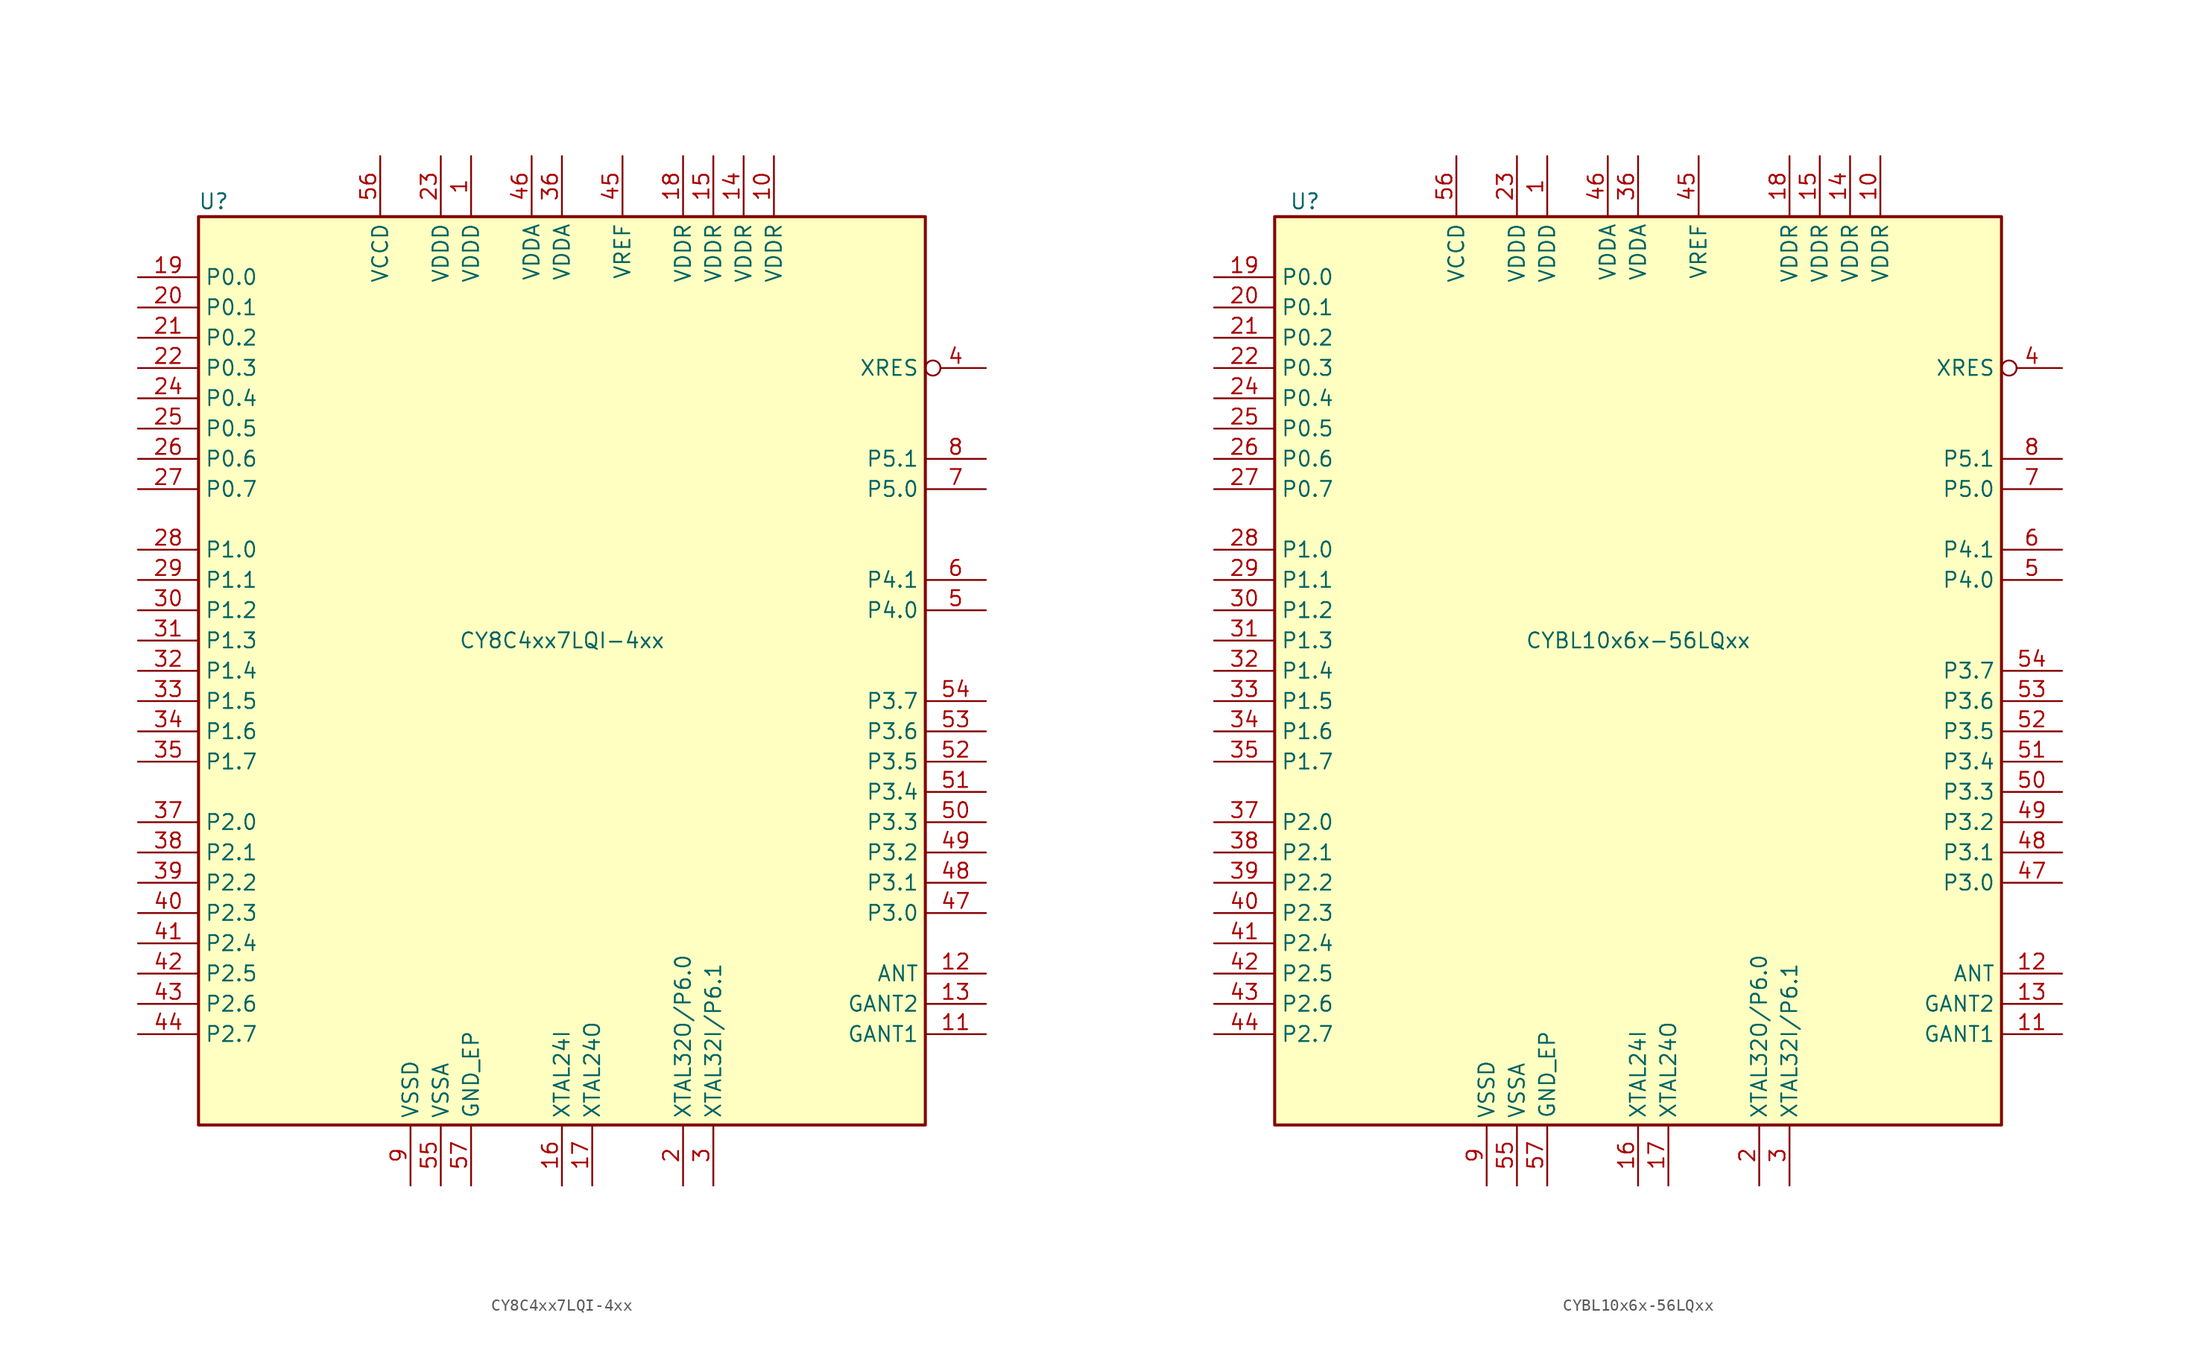
<source format=kicad_sym>
(kicad_symbol_lib
  (version 20211014)
  (generator kicad_symbol_editor)
  (symbol "CY8C4xx7LQI-4xx"
    (property "Reference" "U"
      (at -29.21 39.37 0)
      (effects (font (size 1.27 1.27))))
    (property "Value" "CY8C4xx7LQI-4xx"
      (at 0 2.54 0)
      (effects (font (size 1.27 1.27))))
    (symbol "CY8C4xx7LQI-4xx_1_0"
      (rectangle (start -30.48 -38.1) (end 30.48 38.1) (stroke (width 0.254) (type default) (color 0 0 0 0)) (fill (type background))))
    (symbol "CY8C4xx7LQI-4xx_1_1"
      (pin power_in line (at -7.62 43.18 270) (length 5.08) (name "VDDD" (effects (font (size 1.27 1.27)))) (number "1" (effects (font (size 1.27 1.27)))))
      (pin power_in line (at 17.78 43.18 270) (length 5.08) (name "VDDR" (effects (font (size 1.27 1.27)))) (number "10" (effects (font (size 1.27 1.27)))))
      (pin power_in line (at 35.56 -30.48 180) (length 5.08) (name "GANT1" (effects (font (size 1.27 1.27)))) (number "11" (effects (font (size 1.27 1.27)))))
      (pin output line (at 35.56 -25.4 180) (length 5.08) (name "ANT" (effects (font (size 1.27 1.27)))) (number "12" (effects (font (size 1.27 1.27)))))
      (pin power_in line (at 35.56 -27.94 180) (length 5.08) (name "GANT2" (effects (font (size 1.27 1.27)))) (number "13" (effects (font (size 1.27 1.27)))))
      (pin power_in line (at 15.24 43.18 270) (length 5.08) (name "VDDR" (effects (font (size 1.27 1.27)))) (number "14" (effects (font (size 1.27 1.27)))))
      (pin power_in line (at 12.7 43.18 270) (length 5.08) (name "VDDR" (effects (font (size 1.27 1.27)))) (number "15" (effects (font (size 1.27 1.27)))))
      (pin input line (at 0 -43.18 90) (length 5.08) (name "XTAL24I" (effects (font (size 1.27 1.27)))) (number "16" (effects (font (size 1.27 1.27)))))
      (pin output line (at 2.54 -43.18 90) (length 5.08) (name "XTAL24O" (effects (font (size 1.27 1.27)))) (number "17" (effects (font (size 1.27 1.27)))))
      (pin power_in line (at 10.16 43.18 270) (length 5.08) (name "VDDR" (effects (font (size 1.27 1.27)))) (number "18" (effects (font (size 1.27 1.27)))))
      (pin bidirectional line (at -35.56 33.02 0) (length 5.08) (name "P0.0" (effects (font (size 1.27 1.27)))) (number "19" (effects (font (size 1.27 1.27)))))
      (pin bidirectional line (at 10.16 -43.18 90) (length 5.08) (name "XTAL32O/P6.0" (effects (font (size 1.27 1.27)))) (number "2" (effects (font (size 1.27 1.27)))))
      (pin bidirectional line (at -35.56 30.48 0) (length 5.08) (name "P0.1" (effects (font (size 1.27 1.27)))) (number "20" (effects (font (size 1.27 1.27)))))
      (pin bidirectional line (at -35.56 27.94 0) (length 5.08) (name "P0.2" (effects (font (size 1.27 1.27)))) (number "21" (effects (font (size 1.27 1.27)))))
      (pin bidirectional line (at -35.56 25.4 0) (length 5.08) (name "P0.3" (effects (font (size 1.27 1.27)))) (number "22" (effects (font (size 1.27 1.27)))))
      (pin power_in line (at -10.16 43.18 270) (length 5.08) (name "VDDD" (effects (font (size 1.27 1.27)))) (number "23" (effects (font (size 1.27 1.27)))))
      (pin bidirectional line (at -35.56 22.86 0) (length 5.08) (name "P0.4" (effects (font (size 1.27 1.27)))) (number "24" (effects (font (size 1.27 1.27)))))
      (pin bidirectional line (at -35.56 20.32 0) (length 5.08) (name "P0.5" (effects (font (size 1.27 1.27)))) (number "25" (effects (font (size 1.27 1.27)))))
      (pin bidirectional line (at -35.56 17.78 0) (length 5.08) (name "P0.6" (effects (font (size 1.27 1.27)))) (number "26" (effects (font (size 1.27 1.27)))))
      (pin bidirectional line (at -35.56 15.24 0) (length 5.08) (name "P0.7" (effects (font (size 1.27 1.27)))) (number "27" (effects (font (size 1.27 1.27)))))
      (pin bidirectional line (at -35.56 10.16 0) (length 5.08) (name "P1.0" (effects (font (size 1.27 1.27)))) (number "28" (effects (font (size 1.27 1.27)))))
      (pin bidirectional line (at -35.56 7.62 0) (length 5.08) (name "P1.1" (effects (font (size 1.27 1.27)))) (number "29" (effects (font (size 1.27 1.27)))))
      (pin bidirectional line (at 12.7 -43.18 90) (length 5.08) (name "XTAL32I/P6.1" (effects (font (size 1.27 1.27)))) (number "3" (effects (font (size 1.27 1.27)))))
      (pin bidirectional line (at -35.56 5.08 0) (length 5.08) (name "P1.2" (effects (font (size 1.27 1.27)))) (number "30" (effects (font (size 1.27 1.27)))))
      (pin bidirectional line (at -35.56 2.54 0) (length 5.08) (name "P1.3" (effects (font (size 1.27 1.27)))) (number "31" (effects (font (size 1.27 1.27)))))
      (pin bidirectional line (at -35.56 0 0) (length 5.08) (name "P1.4" (effects (font (size 1.27 1.27)))) (number "32" (effects (font (size 1.27 1.27)))))
      (pin bidirectional line (at -35.56 -2.54 0) (length 5.08) (name "P1.5" (effects (font (size 1.27 1.27)))) (number "33" (effects (font (size 1.27 1.27)))))
      (pin bidirectional line (at -35.56 -5.08 0) (length 5.08) (name "P1.6" (effects (font (size 1.27 1.27)))) (number "34" (effects (font (size 1.27 1.27)))))
      (pin bidirectional line (at -35.56 -7.62 0) (length 5.08) (name "P1.7" (effects (font (size 1.27 1.27)))) (number "35" (effects (font (size 1.27 1.27)))))
      (pin power_in line (at 0 43.18 270) (length 5.08) (name "VDDA" (effects (font (size 1.27 1.27)))) (number "36" (effects (font (size 1.27 1.27)))))
      (pin bidirectional line (at -35.56 -12.7 0) (length 5.08) (name "P2.0" (effects (font (size 1.27 1.27)))) (number "37" (effects (font (size 1.27 1.27)))))
      (pin bidirectional line (at -35.56 -15.24 0) (length 5.08) (name "P2.1" (effects (font (size 1.27 1.27)))) (number "38" (effects (font (size 1.27 1.27)))))
      (pin bidirectional line (at -35.56 -17.78 0) (length 5.08) (name "P2.2" (effects (font (size 1.27 1.27)))) (number "39" (effects (font (size 1.27 1.27)))))
      (pin input inverted (at 35.56 25.4 180) (length 5.08) (name "XRES" (effects (font (size 1.27 1.27)))) (number "4" (effects (font (size 1.27 1.27)))))
      (pin bidirectional line (at -35.56 -20.32 0) (length 5.08) (name "P2.3" (effects (font (size 1.27 1.27)))) (number "40" (effects (font (size 1.27 1.27)))))
      (pin bidirectional line (at -35.56 -22.86 0) (length 5.08) (name "P2.4" (effects (font (size 1.27 1.27)))) (number "41" (effects (font (size 1.27 1.27)))))
      (pin bidirectional line (at -35.56 -25.4 0) (length 5.08) (name "P2.5" (effects (font (size 1.27 1.27)))) (number "42" (effects (font (size 1.27 1.27)))))
      (pin bidirectional line (at -35.56 -27.94 0) (length 5.08) (name "P2.6" (effects (font (size 1.27 1.27)))) (number "43" (effects (font (size 1.27 1.27)))))
      (pin bidirectional line (at -35.56 -30.48 0) (length 5.08) (name "P2.7" (effects (font (size 1.27 1.27)))) (number "44" (effects (font (size 1.27 1.27)))))
      (pin passive line (at 5.08 43.18 270) (length 5.08) (name "VREF" (effects (font (size 1.27 1.27)))) (number "45" (effects (font (size 1.27 1.27)))))
      (pin power_in line (at -2.54 43.18 270) (length 5.08) (name "VDDA" (effects (font (size 1.27 1.27)))) (number "46" (effects (font (size 1.27 1.27)))))
      (pin bidirectional line (at 35.56 -20.32 180) (length 5.08) (name "P3.0" (effects (font (size 1.27 1.27)))) (number "47" (effects (font (size 1.27 1.27)))))
      (pin bidirectional line (at 35.56 -17.78 180) (length 5.08) (name "P3.1" (effects (font (size 1.27 1.27)))) (number "48" (effects (font (size 1.27 1.27)))))
      (pin bidirectional line (at 35.56 -15.24 180) (length 5.08) (name "P3.2" (effects (font (size 1.27 1.27)))) (number "49" (effects (font (size 1.27 1.27)))))
      (pin bidirectional line (at 35.56 5.08 180) (length 5.08) (name "P4.0" (effects (font (size 1.27 1.27)))) (number "5" (effects (font (size 1.27 1.27)))))
      (pin bidirectional line (at 35.56 -12.7 180) (length 5.08) (name "P3.3" (effects (font (size 1.27 1.27)))) (number "50" (effects (font (size 1.27 1.27)))))
      (pin bidirectional line (at 35.56 -10.16 180) (length 5.08) (name "P3.4" (effects (font (size 1.27 1.27)))) (number "51" (effects (font (size 1.27 1.27)))))
      (pin bidirectional line (at 35.56 -7.62 180) (length 5.08) (name "P3.5" (effects (font (size 1.27 1.27)))) (number "52" (effects (font (size 1.27 1.27)))))
      (pin bidirectional line (at 35.56 -5.08 180) (length 5.08) (name "P3.6" (effects (font (size 1.27 1.27)))) (number "53" (effects (font (size 1.27 1.27)))))
      (pin bidirectional line (at 35.56 -2.54 180) (length 5.08) (name "P3.7" (effects (font (size 1.27 1.27)))) (number "54" (effects (font (size 1.27 1.27)))))
      (pin power_in line (at -10.16 -43.18 90) (length 5.08) (name "VSSA" (effects (font (size 1.27 1.27)))) (number "55" (effects (font (size 1.27 1.27)))))
      (pin power_out line (at -15.24 43.18 270) (length 5.08) (name "VCCD" (effects (font (size 1.27 1.27)))) (number "56" (effects (font (size 1.27 1.27)))))
      (pin power_in line (at -7.62 -43.18 90) (length 5.08) (name "GND_EP" (effects (font (size 1.27 1.27)))) (number "57" (effects (font (size 1.27 1.27)))))
      (pin bidirectional line (at 35.56 7.62 180) (length 5.08) (name "P4.1" (effects (font (size 1.27 1.27)))) (number "6" (effects (font (size 1.27 1.27)))))
      (pin bidirectional line (at 35.56 15.24 180) (length 5.08) (name "P5.0" (effects (font (size 1.27 1.27)))) (number "7" (effects (font (size 1.27 1.27)))))
      (pin bidirectional line (at 35.56 17.78 180) (length 5.08) (name "P5.1" (effects (font (size 1.27 1.27)))) (number "8" (effects (font (size 1.27 1.27)))))
      (pin power_in line (at -12.7 -43.18 90) (length 5.08) (name "VSSD" (effects (font (size 1.27 1.27)))) (number "9" (effects (font (size 1.27 1.27)))))))
  (symbol "CYBL10x6x-56LQxx"
    (property "Reference" "U"
      (at -27.94 39.37 0)
      (effects (font (size 1.27 1.27))))
    (property "Value" "CYBL10x6x-56LQxx"
      (at 0 2.54 0)
      (effects (font (size 1.27 1.27))))
    (symbol "CYBL10x6x-56LQxx_1_0"
      (rectangle (start -30.48 -38.1) (end 30.48 38.1) (stroke (width 0.254) (type default) (color 0 0 0 0)) (fill (type background))))
    (symbol "CYBL10x6x-56LQxx_1_1"
      (pin power_in line (at -7.62 43.18 270) (length 5.08) (name "VDDD" (effects (font (size 1.27 1.27)))) (number "1" (effects (font (size 1.27 1.27)))))
      (pin power_in line (at 20.32 43.18 270) (length 5.08) (name "VDDR" (effects (font (size 1.27 1.27)))) (number "10" (effects (font (size 1.27 1.27)))))
      (pin power_in line (at 35.56 -30.48 180) (length 5.08) (name "GANT1" (effects (font (size 1.27 1.27)))) (number "11" (effects (font (size 1.27 1.27)))))
      (pin output line (at 35.56 -25.4 180) (length 5.08) (name "ANT" (effects (font (size 1.27 1.27)))) (number "12" (effects (font (size 1.27 1.27)))))
      (pin power_in line (at 35.56 -27.94 180) (length 5.08) (name "GANT2" (effects (font (size 1.27 1.27)))) (number "13" (effects (font (size 1.27 1.27)))))
      (pin power_in line (at 17.78 43.18 270) (length 5.08) (name "VDDR" (effects (font (size 1.27 1.27)))) (number "14" (effects (font (size 1.27 1.27)))))
      (pin power_in line (at 15.24 43.18 270) (length 5.08) (name "VDDR" (effects (font (size 1.27 1.27)))) (number "15" (effects (font (size 1.27 1.27)))))
      (pin input line (at 0 -43.18 90) (length 5.08) (name "XTAL24I" (effects (font (size 1.27 1.27)))) (number "16" (effects (font (size 1.27 1.27)))))
      (pin output line (at 2.54 -43.18 90) (length 5.08) (name "XTAL24O" (effects (font (size 1.27 1.27)))) (number "17" (effects (font (size 1.27 1.27)))))
      (pin power_in line (at 12.7 43.18 270) (length 5.08) (name "VDDR" (effects (font (size 1.27 1.27)))) (number "18" (effects (font (size 1.27 1.27)))))
      (pin bidirectional line (at -35.56 33.02 0) (length 5.08) (name "P0.0" (effects (font (size 1.27 1.27)))) (number "19" (effects (font (size 1.27 1.27)))))
      (pin bidirectional line (at 10.16 -43.18 90) (length 5.08) (name "XTAL32O/P6.0" (effects (font (size 1.27 1.27)))) (number "2" (effects (font (size 1.27 1.27)))))
      (pin bidirectional line (at -35.56 30.48 0) (length 5.08) (name "P0.1" (effects (font (size 1.27 1.27)))) (number "20" (effects (font (size 1.27 1.27)))))
      (pin bidirectional line (at -35.56 27.94 0) (length 5.08) (name "P0.2" (effects (font (size 1.27 1.27)))) (number "21" (effects (font (size 1.27 1.27)))))
      (pin bidirectional line (at -35.56 25.4 0) (length 5.08) (name "P0.3" (effects (font (size 1.27 1.27)))) (number "22" (effects (font (size 1.27 1.27)))))
      (pin power_in line (at -10.16 43.18 270) (length 5.08) (name "VDDD" (effects (font (size 1.27 1.27)))) (number "23" (effects (font (size 1.27 1.27)))))
      (pin bidirectional line (at -35.56 22.86 0) (length 5.08) (name "P0.4" (effects (font (size 1.27 1.27)))) (number "24" (effects (font (size 1.27 1.27)))))
      (pin bidirectional line (at -35.56 20.32 0) (length 5.08) (name "P0.5" (effects (font (size 1.27 1.27)))) (number "25" (effects (font (size 1.27 1.27)))))
      (pin bidirectional line (at -35.56 17.78 0) (length 5.08) (name "P0.6" (effects (font (size 1.27 1.27)))) (number "26" (effects (font (size 1.27 1.27)))))
      (pin bidirectional line (at -35.56 15.24 0) (length 5.08) (name "P0.7" (effects (font (size 1.27 1.27)))) (number "27" (effects (font (size 1.27 1.27)))))
      (pin bidirectional line (at -35.56 10.16 0) (length 5.08) (name "P1.0" (effects (font (size 1.27 1.27)))) (number "28" (effects (font (size 1.27 1.27)))))
      (pin bidirectional line (at -35.56 7.62 0) (length 5.08) (name "P1.1" (effects (font (size 1.27 1.27)))) (number "29" (effects (font (size 1.27 1.27)))))
      (pin bidirectional line (at 12.7 -43.18 90) (length 5.08) (name "XTAL32I/P6.1" (effects (font (size 1.27 1.27)))) (number "3" (effects (font (size 1.27 1.27)))))
      (pin bidirectional line (at -35.56 5.08 0) (length 5.08) (name "P1.2" (effects (font (size 1.27 1.27)))) (number "30" (effects (font (size 1.27 1.27)))))
      (pin bidirectional line (at -35.56 2.54 0) (length 5.08) (name "P1.3" (effects (font (size 1.27 1.27)))) (number "31" (effects (font (size 1.27 1.27)))))
      (pin bidirectional line (at -35.56 0 0) (length 5.08) (name "P1.4" (effects (font (size 1.27 1.27)))) (number "32" (effects (font (size 1.27 1.27)))))
      (pin bidirectional line (at -35.56 -2.54 0) (length 5.08) (name "P1.5" (effects (font (size 1.27 1.27)))) (number "33" (effects (font (size 1.27 1.27)))))
      (pin bidirectional line (at -35.56 -5.08 0) (length 5.08) (name "P1.6" (effects (font (size 1.27 1.27)))) (number "34" (effects (font (size 1.27 1.27)))))
      (pin bidirectional line (at -35.56 -7.62 0) (length 5.08) (name "P1.7" (effects (font (size 1.27 1.27)))) (number "35" (effects (font (size 1.27 1.27)))))
      (pin power_in line (at 0 43.18 270) (length 5.08) (name "VDDA" (effects (font (size 1.27 1.27)))) (number "36" (effects (font (size 1.27 1.27)))))
      (pin bidirectional line (at -35.56 -12.7 0) (length 5.08) (name "P2.0" (effects (font (size 1.27 1.27)))) (number "37" (effects (font (size 1.27 1.27)))))
      (pin bidirectional line (at -35.56 -15.24 0) (length 5.08) (name "P2.1" (effects (font (size 1.27 1.27)))) (number "38" (effects (font (size 1.27 1.27)))))
      (pin bidirectional line (at -35.56 -17.78 0) (length 5.08) (name "P2.2" (effects (font (size 1.27 1.27)))) (number "39" (effects (font (size 1.27 1.27)))))
      (pin input inverted (at 35.56 25.4 180) (length 5.08) (name "XRES" (effects (font (size 1.27 1.27)))) (number "4" (effects (font (size 1.27 1.27)))))
      (pin bidirectional line (at -35.56 -20.32 0) (length 5.08) (name "P2.3" (effects (font (size 1.27 1.27)))) (number "40" (effects (font (size 1.27 1.27)))))
      (pin bidirectional line (at -35.56 -22.86 0) (length 5.08) (name "P2.4" (effects (font (size 1.27 1.27)))) (number "41" (effects (font (size 1.27 1.27)))))
      (pin bidirectional line (at -35.56 -25.4 0) (length 5.08) (name "P2.5" (effects (font (size 1.27 1.27)))) (number "42" (effects (font (size 1.27 1.27)))))
      (pin bidirectional line (at -35.56 -27.94 0) (length 5.08) (name "P2.6" (effects (font (size 1.27 1.27)))) (number "43" (effects (font (size 1.27 1.27)))))
      (pin bidirectional line (at -35.56 -30.48 0) (length 5.08) (name "P2.7" (effects (font (size 1.27 1.27)))) (number "44" (effects (font (size 1.27 1.27)))))
      (pin passive line (at 5.08 43.18 270) (length 5.08) (name "VREF" (effects (font (size 1.27 1.27)))) (number "45" (effects (font (size 1.27 1.27)))))
      (pin power_in line (at -2.54 43.18 270) (length 5.08) (name "VDDA" (effects (font (size 1.27 1.27)))) (number "46" (effects (font (size 1.27 1.27)))))
      (pin bidirectional line (at 35.56 -17.78 180) (length 5.08) (name "P3.0" (effects (font (size 1.27 1.27)))) (number "47" (effects (font (size 1.27 1.27)))))
      (pin bidirectional line (at 35.56 -15.24 180) (length 5.08) (name "P3.1" (effects (font (size 1.27 1.27)))) (number "48" (effects (font (size 1.27 1.27)))))
      (pin bidirectional line (at 35.56 -12.7 180) (length 5.08) (name "P3.2" (effects (font (size 1.27 1.27)))) (number "49" (effects (font (size 1.27 1.27)))))
      (pin bidirectional line (at 35.56 7.62 180) (length 5.08) (name "P4.0" (effects (font (size 1.27 1.27)))) (number "5" (effects (font (size 1.27 1.27)))))
      (pin bidirectional line (at 35.56 -10.16 180) (length 5.08) (name "P3.3" (effects (font (size 1.27 1.27)))) (number "50" (effects (font (size 1.27 1.27)))))
      (pin bidirectional line (at 35.56 -7.62 180) (length 5.08) (name "P3.4" (effects (font (size 1.27 1.27)))) (number "51" (effects (font (size 1.27 1.27)))))
      (pin bidirectional line (at 35.56 -5.08 180) (length 5.08) (name "P3.5" (effects (font (size 1.27 1.27)))) (number "52" (effects (font (size 1.27 1.27)))))
      (pin bidirectional line (at 35.56 -2.54 180) (length 5.08) (name "P3.6" (effects (font (size 1.27 1.27)))) (number "53" (effects (font (size 1.27 1.27)))))
      (pin bidirectional line (at 35.56 0 180) (length 5.08) (name "P3.7" (effects (font (size 1.27 1.27)))) (number "54" (effects (font (size 1.27 1.27)))))
      (pin power_in line (at -10.16 -43.18 90) (length 5.08) (name "VSSA" (effects (font (size 1.27 1.27)))) (number "55" (effects (font (size 1.27 1.27)))))
      (pin power_out line (at -15.24 43.18 270) (length 5.08) (name "VCCD" (effects (font (size 1.27 1.27)))) (number "56" (effects (font (size 1.27 1.27)))))
      (pin power_in line (at -7.62 -43.18 90) (length 5.08) (name "GND_EP" (effects (font (size 1.27 1.27)))) (number "57" (effects (font (size 1.27 1.27)))))
      (pin bidirectional line (at 35.56 10.16 180) (length 5.08) (name "P4.1" (effects (font (size 1.27 1.27)))) (number "6" (effects (font (size 1.27 1.27)))))
      (pin bidirectional line (at 35.56 15.24 180) (length 5.08) (name "P5.0" (effects (font (size 1.27 1.27)))) (number "7" (effects (font (size 1.27 1.27)))))
      (pin bidirectional line (at 35.56 17.78 180) (length 5.08) (name "P5.1" (effects (font (size 1.27 1.27)))) (number "8" (effects (font (size 1.27 1.27)))))
      (pin power_in line (at -12.7 -43.18 90) (length 5.08) (name "VSSD" (effects (font (size 1.27 1.27)))) (number "9" (effects (font (size 1.27 1.27))))))))
</source>
